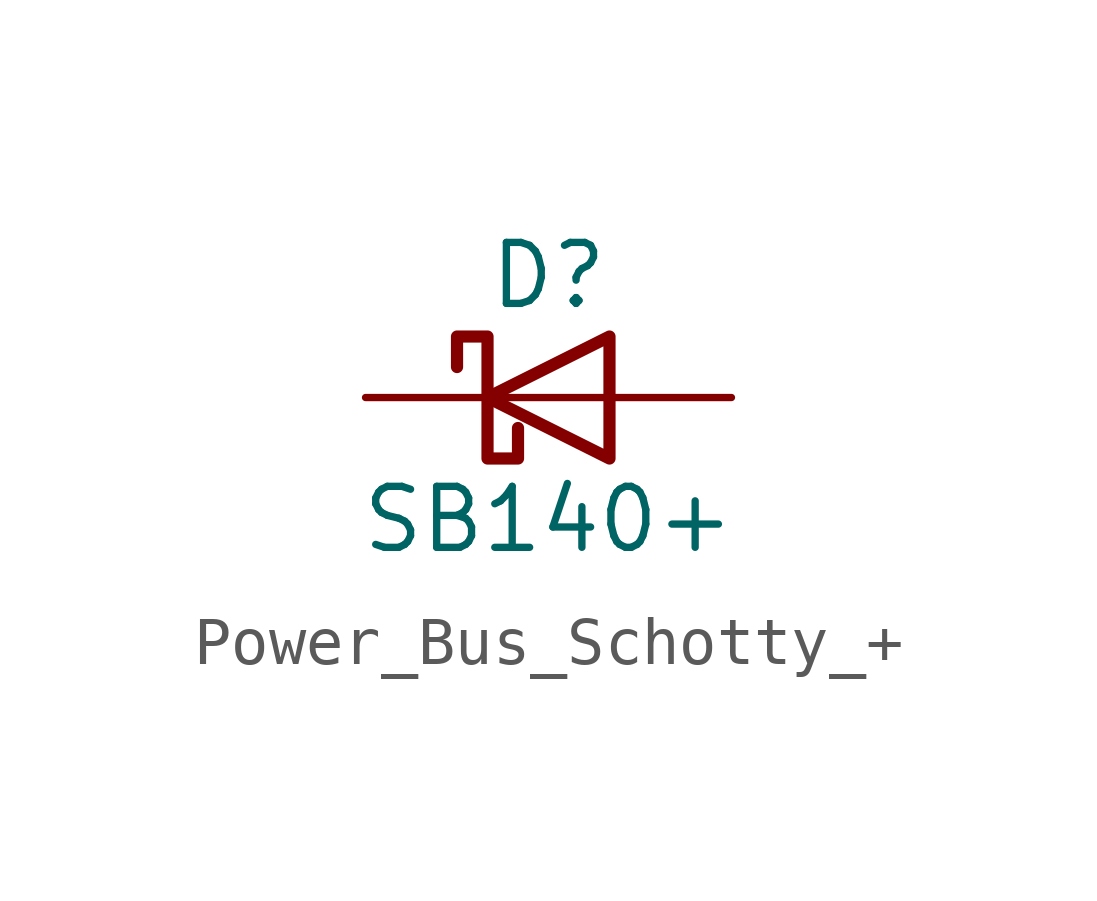
<source format=kicad_sym>
(kicad_symbol_lib
  (version 20231120)
  (generator "kicad_symbol_editor")
  (generator_version "8.0")
  (symbol "Power_Bus_Schotty_+"
    (pin_numbers hide)
    (pin_names
      (offset 1.016) hide)
    (property "Reference" "D"
      (at 0 2.54 0)
      (effects (font (size 1.27 1.27))))
    (property "Value" "SB140+"
      (at 0 -2.54 0)
      (effects (font (size 1.27 1.27))))
    (symbol "Power_Bus_Schotty_+_0_1"
      (polyline (pts (xy 1.27 0) (xy -1.27 0)) (stroke (width 0) (type default)) (fill (type none)))
      (polyline (pts (xy 1.27 1.27) (xy 1.27 -1.27) (xy -1.27 0) (xy 1.27 1.27)) (stroke (width 0.254) (type default)) (fill (type none)))
      (polyline (pts (xy -1.905 0.635) (xy -1.905 1.27) (xy -1.27 1.27) (xy -1.27 -1.27) (xy -0.635 -1.27) (xy -0.635 -0.635)) (stroke (width 0.254) (type default)) (fill (type none))))
    (symbol "Power_Bus_Schotty_+_1_1"
      (pin power_out line (at -3.81 0 0) (length 2.54) (name "K" (effects (font (size 1.27 1.27)))) (number "1" (effects (font (size 1.27 1.27)))))
      (pin power_in line (at 3.81 0 180) (length 2.54) (name "A" (effects (font (size 1.27 1.27)))) (number "2" (effects (font (size 1.27 1.27))))))))
</source>
